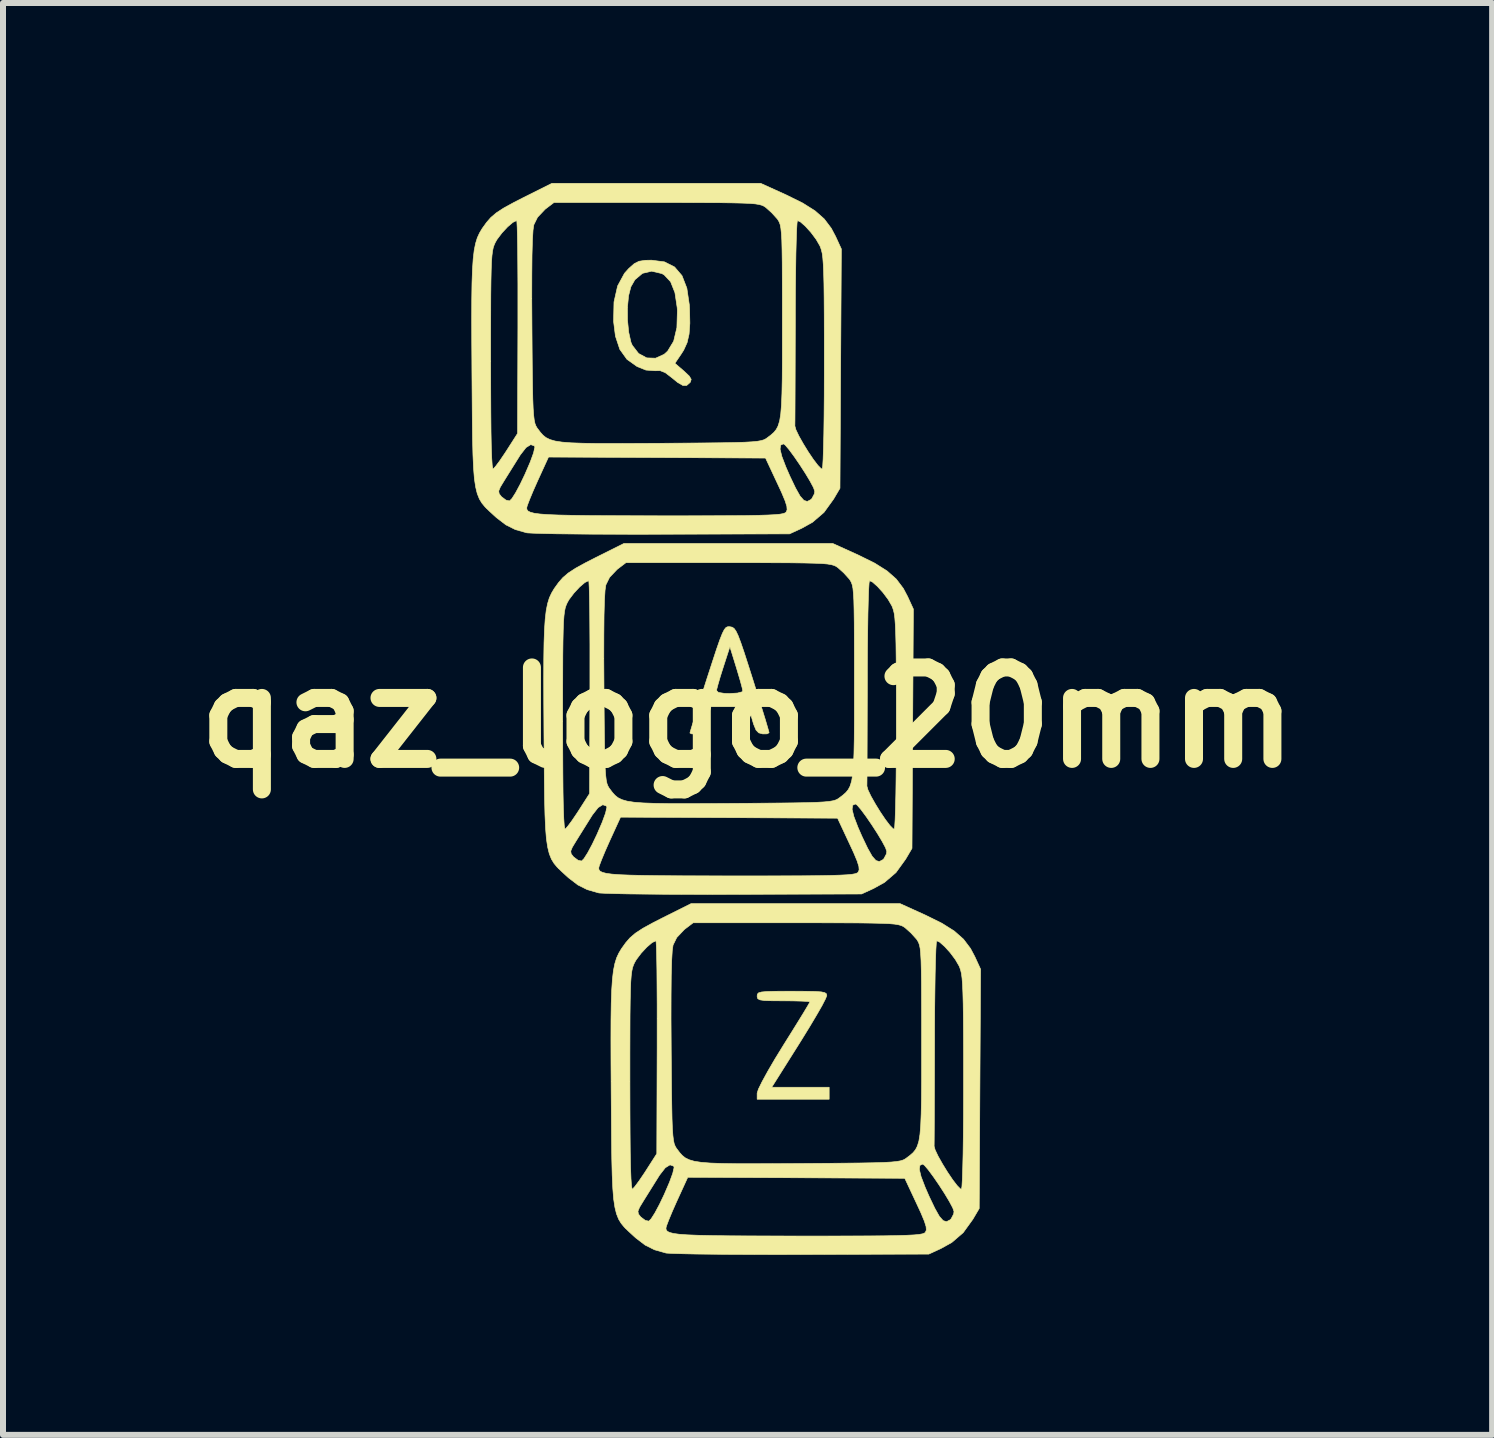
<source format=kicad_pcb>
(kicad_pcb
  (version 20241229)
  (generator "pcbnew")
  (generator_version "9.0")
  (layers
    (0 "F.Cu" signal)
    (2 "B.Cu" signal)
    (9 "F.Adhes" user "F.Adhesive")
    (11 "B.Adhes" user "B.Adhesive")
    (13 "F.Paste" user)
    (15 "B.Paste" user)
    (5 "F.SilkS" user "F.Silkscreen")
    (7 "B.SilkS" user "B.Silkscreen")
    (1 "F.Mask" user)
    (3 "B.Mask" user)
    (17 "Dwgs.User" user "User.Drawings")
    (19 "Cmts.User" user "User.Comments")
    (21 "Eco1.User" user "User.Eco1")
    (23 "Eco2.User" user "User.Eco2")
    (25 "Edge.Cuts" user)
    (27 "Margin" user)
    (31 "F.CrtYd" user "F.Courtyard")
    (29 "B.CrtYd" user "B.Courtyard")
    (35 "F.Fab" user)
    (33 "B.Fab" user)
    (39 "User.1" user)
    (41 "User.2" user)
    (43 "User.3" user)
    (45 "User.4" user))
  (footprint "qaz_logo_20mm"
    (layer "F.Cu")
    (at 9.405 8.905)
    (property "Reference" "qaz_logo_20mm" (at 0 0 0) (layer "F.SilkS") (effects (font (size 1.524 1.524) (thickness 0.3))))
    (attr through_hole)
    (fp_poly (pts (xy 0.967 4.561) (xy 1.126 4.564) (xy 1.228 4.571) (xy 1.287 4.584) (xy 1.314 4.603) (xy 1.32 4.631) (xy 1.32 4.633) (xy 1.299 4.687) (xy 1.242 4.798) (xy 1.153 4.953) (xy 1.04 5.143) (xy 0.909 5.356) (xy 0.861 5.433) (xy 0.403 6.16) (xy 1.36 6.16) (xy 1.36 6.36) (xy 0.16 6.36) (xy 0.16 6.259) (xy 0.181 6.192) (xy 0.242 6.068) (xy 0.336 5.896) (xy 0.458 5.687) (xy 0.6 5.456) (xy 0.732 5.245) (xy 0.848 5.058) (xy 0.942 4.905) (xy 1.007 4.796) (xy 1.038 4.741) (xy 1.04 4.737) (xy 1.003 4.73) (xy 0.902 4.725) (xy 0.753 4.721) (xy 0.6 4.72) (xy 0.407 4.719) (xy 0.281 4.715) (xy 0.207 4.704) (xy 0.171 4.685) (xy 0.161 4.655) (xy 0.16 4.64) (xy 0.164 4.609) (xy 0.184 4.587) (xy 0.233 4.573) (xy 0.321 4.565) (xy 0.462 4.561) (xy 0.668 4.56) (xy 0.74 4.56) (xy 0.967 4.561)) (stroke (width 0.01) (type solid)) (fill yes) (layer "F.SilkS"))
    (fp_poly (pts (xy -0.296 -1.513) (xy -0.29 -1.512) (xy -0.255 -1.505) (xy -0.224 -1.484) (xy -0.193 -1.441) (xy -0.157 -1.366) (xy -0.113 -1.25) (xy -0.056 -1.083) (xy 0.017 -0.857) (xy 0.086 -0.64) (xy 0.164 -0.391) (xy 0.234 -0.167) (xy 0.292 0.02) (xy 0.333 0.159) (xy 0.356 0.239) (xy 0.359 0.253) (xy 0.326 0.272) (xy 0.252 0.273) (xy 0.186 0.255) (xy 0.141 0.208) (xy 0.101 0.111) (xy 0.08 0.04) (xy 0.016 -0.18) (xy -0.61 -0.18) (xy -0.676 0.04) (xy -0.72 0.168) (xy -0.761 0.237) (xy -0.816 0.267) (xy -0.851 0.273) (xy -0.93 0.273) (xy -0.96 0.258) (xy -0.948 0.214) (xy -0.915 0.105) (xy -0.864 -0.058) (xy -0.799 -0.264) (xy -0.74 -0.45) (xy -0.517 -0.45) (xy -0.485 -0.418) (xy -0.383 -0.402) (xy -0.3 -0.4) (xy -0.167 -0.408) (xy -0.092 -0.428) (xy -0.08 -0.444) (xy -0.091 -0.5) (xy -0.121 -0.612) (xy -0.165 -0.761) (xy -0.187 -0.834) (xy -0.294 -1.18) (xy -0.404 -0.84) (xy -0.454 -0.682) (xy -0.492 -0.551) (xy -0.514 -0.467) (xy -0.517 -0.45) (xy -0.74 -0.45) (xy -0.723 -0.503) (xy -0.677 -0.647) (xy -0.586 -0.927) (xy -0.516 -1.14) (xy -0.462 -1.295) (xy -0.42 -1.401) (xy -0.387 -1.466) (xy -0.358 -1.501) (xy -0.329 -1.513) (xy -0.296 -1.513)) (stroke (width 0.01) (type solid)) (fill yes) (layer "F.SilkS"))
    (fp_poly (pts (xy -1.384 -7.592) (xy -1.216 -7.507) (xy -1.092 -7.362) (xy -1.011 -7.153) (xy -0.97 -6.876) (xy -0.966 -6.808) (xy -0.961 -6.57) (xy -0.974 -6.389) (xy -1.007 -6.246) (xy -1.064 -6.121) (xy -1.106 -6.055) (xy -1.21 -5.902) (xy -1.059 -5.772) (xy -0.971 -5.689) (xy -0.939 -5.635) (xy -0.952 -5.59) (xy -0.959 -5.581) (xy -1.014 -5.533) (xy -1.076 -5.532) (xy -1.162 -5.581) (xy -1.26 -5.661) (xy -1.371 -5.746) (xy -1.457 -5.78) (xy -1.54 -5.778) (xy -1.693 -5.789) (xy -1.84 -5.848) (xy -2.009 -5.968) (xy -2.128 -6.134) (xy -2.201 -6.354) (xy -2.232 -6.601) (xy -2.227 -6.834) (xy -2.001 -6.834) (xy -2 -6.621) (xy -1.98 -6.419) (xy -1.943 -6.254) (xy -1.921 -6.202) (xy -1.815 -6.065) (xy -1.679 -5.992) (xy -1.532 -5.987) (xy -1.389 -6.052) (xy -1.331 -6.105) (xy -1.231 -6.27) (xy -1.177 -6.497) (xy -1.169 -6.779) (xy -1.172 -6.828) (xy -1.21 -7.08) (xy -1.282 -7.261) (xy -1.389 -7.375) (xy -1.428 -7.397) (xy -1.598 -7.437) (xy -1.75 -7.401) (xy -1.876 -7.295) (xy -1.944 -7.176) (xy -1.982 -7.028) (xy -2.001 -6.834) (xy -2.227 -6.834) (xy -2.225 -6.924) (xy -2.165 -7.19) (xy -2.05 -7.402) (xy -1.979 -7.481) (xy -1.889 -7.561) (xy -1.808 -7.602) (xy -1.703 -7.618) (xy -1.601 -7.62) (xy -1.384 -7.592)) (stroke (width 0.01) (type solid)) (fill yes) (layer "F.SilkS"))
    (fp_poly (pts (xy 0.648 -8.706) (xy 0.919 -8.572) (xy 1.124 -8.443) (xy 1.278 -8.307) (xy 1.395 -8.152) (xy 1.467 -8.016) (xy 1.563 -7.807) (xy 1.551 -5.813) (xy 1.54 -3.82) (xy 1.434 -3.64) (xy 1.273 -3.417) (xy 1.082 -3.253) (xy 0.9 -3.152) (xy 0.7 -3.06) (xy -1.42 -3.054) (xy -1.829 -3.053) (xy -2.217 -3.054) (xy -2.577 -3.055) (xy -2.899 -3.058) (xy -3.177 -3.061) (xy -3.403 -3.066) (xy -3.567 -3.071) (xy -3.663 -3.076) (xy -3.68 -3.078) (xy -3.87 -3.132) (xy -4.026 -3.21) (xy -4.183 -3.33) (xy -4.226 -3.369) (xy -4.304 -3.441) (xy -4.356 -3.492) (xy -3.68 -3.492) (xy -3.675 -3.464) (xy -3.657 -3.44) (xy -3.619 -3.421) (xy -3.555 -3.404) (xy -3.459 -3.391) (xy -3.325 -3.381) (xy -3.147 -3.374) (xy -2.918 -3.369) (xy -2.633 -3.365) (xy -2.285 -3.363) (xy -1.868 -3.362) (xy -1.475 -3.361) (xy -1.01 -3.361) (xy -0.619 -3.362) (xy -0.295 -3.363) (xy -0.032 -3.365) (xy 0.176 -3.369) (xy 0.337 -3.374) (xy 0.456 -3.38) (xy 0.54 -3.388) (xy 0.595 -3.398) (xy 0.627 -3.41) (xy 0.642 -3.422) (xy 0.659 -3.46) (xy 0.655 -3.518) (xy 0.626 -3.61) (xy 0.568 -3.749) (xy 0.496 -3.904) (xy 0.3 -4.323) (xy -1.508 -4.332) (xy -3.316 -4.34) (xy -3.499 -3.94) (xy -3.573 -3.773) (xy -3.632 -3.631) (xy -3.67 -3.531) (xy -3.68 -3.492) (xy -4.356 -3.492) (xy -4.37 -3.505) (xy -4.424 -3.57) (xy -4.468 -3.642) (xy -4.503 -3.73) (xy -4.514 -3.774) (xy -4.146 -3.774) (xy -4.138 -3.728) (xy -4.099 -3.678) (xy -4.099 -3.678) (xy -4.024 -3.622) (xy -3.965 -3.609) (xy -3.926 -3.648) (xy -3.864 -3.745) (xy -3.788 -3.887) (xy -3.708 -4.054) (xy -3.621 -4.256) (xy -3.566 -4.407) (xy -3.551 -4.472) (xy 0.542 -4.472) (xy 0.571 -4.352) (xy 0.639 -4.174) (xy 0.705 -4.023) (xy 0.801 -3.822) (xy 0.876 -3.689) (xy 0.939 -3.618) (xy 0.995 -3.6) (xy 1.053 -3.63) (xy 1.072 -3.648) (xy 1.114 -3.728) (xy 1.12 -3.77) (xy 1.099 -3.831) (xy 1.043 -3.936) (xy 0.964 -4.068) (xy 0.871 -4.212) (xy 0.777 -4.349) (xy 0.692 -4.464) (xy 0.628 -4.539) (xy 0.598 -4.56) (xy 0.552 -4.539) (xy 0.542 -4.472) (xy -3.551 -4.472) (xy -3.544 -4.5) (xy -3.549 -4.525) (xy -3.612 -4.547) (xy -3.69 -4.499) (xy -3.786 -4.376) (xy -3.816 -4.328) (xy -3.911 -4.176) (xy -4.014 -4.011) (xy -4.052 -3.95) (xy -4.119 -3.84) (xy -4.146 -3.774) (xy -4.514 -3.774) (xy -4.53 -3.84) (xy -4.551 -3.979) (xy -4.565 -4.156) (xy -4.575 -4.377) (xy -4.582 -4.65) (xy -4.586 -4.982) (xy -4.589 -5.38) (xy -4.592 -5.773) (xy -4.593 -5.967) (xy -4.28 -5.967) (xy -4.28 -5.939) (xy -4.279 -5.467) (xy -4.277 -5.072) (xy -4.274 -4.751) (xy -4.269 -4.501) (xy -4.262 -4.319) (xy -4.254 -4.202) (xy -4.244 -4.147) (xy -4.237 -4.142) (xy -4.197 -4.186) (xy -4.127 -4.28) (xy -4.041 -4.407) (xy -4.013 -4.45) (xy -3.832 -4.733) (xy -3.826 -6.506) (xy -3.826 -6.874) (xy -3.826 -6.981) (xy -3.595 -6.981) (xy -3.592 -6.498) (xy -3.592 -6.493) (xy -3.589 -6.097) (xy -3.586 -5.773) (xy -3.582 -5.514) (xy -3.578 -5.31) (xy -3.572 -5.155) (xy -3.564 -5.04) (xy -3.554 -4.958) (xy -3.542 -4.9) (xy -3.526 -4.859) (xy -3.507 -4.826) (xy -3.497 -4.813) (xy -3.452 -4.753) (xy -3.408 -4.704) (xy -3.358 -4.664) (xy -3.293 -4.632) (xy -3.207 -4.607) (xy -3.091 -4.589) (xy -2.939 -4.577) (xy -2.743 -4.57) (xy -2.496 -4.566) (xy -2.189 -4.566) (xy -1.816 -4.567) (xy -1.46 -4.569) (xy -1.049 -4.572) (xy -0.71 -4.575) (xy -0.436 -4.578) (xy -0.219 -4.582) (xy -0.051 -4.587) (xy 0.074 -4.594) (xy 0.165 -4.603) (xy 0.228 -4.614) (xy 0.273 -4.628) (xy 0.306 -4.645) (xy 0.327 -4.66) (xy 0.388 -4.706) (xy 0.438 -4.75) (xy 0.478 -4.799) (xy 0.51 -4.86) (xy 0.788 -4.86) (xy 0.806 -4.795) (xy 0.856 -4.69) (xy 0.929 -4.561) (xy 1.012 -4.426) (xy 1.097 -4.3) (xy 1.172 -4.202) (xy 1.226 -4.147) (xy 1.244 -4.142) (xy 1.252 -4.186) (xy 1.259 -4.303) (xy 1.265 -4.485) (xy 1.271 -4.726) (xy 1.275 -5.018) (xy 1.278 -5.354) (xy 1.279 -5.728) (xy 1.279 -5.932) (xy 1.279 -6.358) (xy 1.278 -6.711) (xy 1.276 -6.999) (xy 1.273 -7.231) (xy 1.268 -7.412) (xy 1.262 -7.551) (xy 1.254 -7.656) (xy 1.244 -7.734) (xy 1.23 -7.792) (xy 1.214 -7.839) (xy 1.205 -7.86) (xy 1.143 -7.967) (xy 1.057 -8.082) (xy 0.964 -8.185) (xy 0.881 -8.258) (xy 0.832 -8.28) (xy 0.825 -8.241) (xy 0.818 -8.131) (xy 0.812 -7.957) (xy 0.806 -7.728) (xy 0.802 -7.453) (xy 0.798 -7.138) (xy 0.796 -6.794) (xy 0.796 -6.61) (xy 0.795 -6.25) (xy 0.794 -5.912) (xy 0.793 -5.606) (xy 0.792 -5.341) (xy 0.791 -5.125) (xy 0.79 -4.967) (xy 0.789 -4.877) (xy 0.788 -4.86) (xy 0.51 -4.86) (xy 0.51 -4.861) (xy 0.535 -4.944) (xy 0.553 -5.056) (xy 0.565 -5.204) (xy 0.573 -5.396) (xy 0.578 -5.64) (xy 0.58 -5.944) (xy 0.58 -6.315) (xy 0.58 -6.587) (xy 0.58 -6.988) (xy 0.579 -7.317) (xy 0.578 -7.582) (xy 0.575 -7.789) (xy 0.571 -7.949) (xy 0.564 -8.067) (xy 0.555 -8.152) (xy 0.544 -8.211) (xy 0.529 -8.253) (xy 0.511 -8.285) (xy 0.498 -8.305) (xy 0.402 -8.411) (xy 0.305 -8.498) (xy 0.276 -8.518) (xy 0.242 -8.534) (xy 0.196 -8.547) (xy 0.131 -8.558) (xy 0.038 -8.566) (xy -0.09 -8.571) (xy -0.259 -8.575) (xy -0.479 -8.578) (xy -0.755 -8.579) (xy -1.097 -8.58) (xy -1.511 -8.58) (xy -3.226 -8.58) (xy -3.372 -8.469) (xy -3.499 -8.335) (xy -3.561 -8.209) (xy -3.574 -8.12) (xy -3.584 -7.953) (xy -3.591 -7.708) (xy -3.594 -7.384) (xy -3.595 -6.981) (xy -3.826 -6.981) (xy -3.826 -7.217) (xy -3.828 -7.525) (xy -3.83 -7.791) (xy -3.834 -8.008) (xy -3.838 -8.166) (xy -3.843 -8.259) (xy -3.847 -8.28) (xy -3.91 -8.25) (xy -3.998 -8.175) (xy -4.092 -8.074) (xy -4.173 -7.967) (xy -4.202 -7.917) (xy -4.22 -7.877) (xy -4.236 -7.832) (xy -4.248 -7.775) (xy -4.258 -7.697) (xy -4.266 -7.592) (xy -4.271 -7.452) (xy -4.275 -7.27) (xy -4.278 -7.037) (xy -4.279 -6.748) (xy -4.28 -6.394) (xy -4.28 -5.967) (xy -4.593 -5.967) (xy -4.595 -6.242) (xy -4.596 -6.638) (xy -4.595 -6.968) (xy -4.591 -7.241) (xy -4.583 -7.463) (xy -4.571 -7.642) (xy -4.554 -7.786) (xy -4.531 -7.9) (xy -4.502 -7.994) (xy -4.465 -8.074) (xy -4.421 -8.148) (xy -4.367 -8.223) (xy -4.35 -8.247) (xy -4.278 -8.33) (xy -4.188 -8.407) (xy -4.064 -8.488) (xy -3.891 -8.583) (xy -3.74 -8.66) (xy -3.26 -8.9) (xy 0.22 -8.9) (xy 0.648 -8.706)) (stroke (width 0.01) (type solid)) (fill yes) (layer "F.SilkS"))
    (fp_poly (pts (xy 1.848 -2.706) (xy 2.119 -2.572) (xy 2.324 -2.443) (xy 2.478 -2.307) (xy 2.595 -2.152) (xy 2.667 -2.016) (xy 2.763 -1.807) (xy 2.751 0.187) (xy 2.74 2.18) (xy 2.634 2.36) (xy 2.473 2.583) (xy 2.282 2.747) (xy 2.1 2.848) (xy 1.9 2.94) (xy -0.22 2.946) (xy -0.629 2.947) (xy -1.017 2.946) (xy -1.377 2.945) (xy -1.699 2.942) (xy -1.977 2.939) (xy -2.203 2.934) (xy -2.367 2.929) (xy -2.463 2.924) (xy -2.48 2.922) (xy -2.67 2.868) (xy -2.826 2.79) (xy -2.983 2.67) (xy -3.026 2.631) (xy -3.104 2.559) (xy -3.156 2.508) (xy -2.48 2.508) (xy -2.475 2.536) (xy -2.457 2.56) (xy -2.419 2.579) (xy -2.355 2.596) (xy -2.259 2.609) (xy -2.125 2.619) (xy -1.947 2.626) (xy -1.718 2.631) (xy -1.433 2.635) (xy -1.085 2.637) (xy -0.668 2.638) (xy -0.275 2.639) (xy 0.19 2.639) (xy 0.581 2.638) (xy 0.905 2.637) (xy 1.168 2.635) (xy 1.376 2.631) (xy 1.537 2.626) (xy 1.656 2.62) (xy 1.74 2.612) (xy 1.795 2.602) (xy 1.827 2.59) (xy 1.842 2.578) (xy 1.859 2.54) (xy 1.855 2.482) (xy 1.826 2.39) (xy 1.768 2.251) (xy 1.696 2.096) (xy 1.5 1.677) (xy -0.308 1.668) (xy -2.116 1.66) (xy -2.299 2.06) (xy -2.373 2.227) (xy -2.432 2.369) (xy -2.47 2.469) (xy -2.48 2.508) (xy -3.156 2.508) (xy -3.17 2.495) (xy -3.224 2.43) (xy -3.268 2.358) (xy -3.303 2.27) (xy -3.314 2.226) (xy -2.946 2.226) (xy -2.938 2.272) (xy -2.899 2.322) (xy -2.899 2.322) (xy -2.824 2.378) (xy -2.765 2.391) (xy -2.726 2.352) (xy -2.664 2.255) (xy -2.588 2.113) (xy -2.508 1.946) (xy -2.421 1.744) (xy -2.366 1.593) (xy -2.351 1.528) (xy 1.742 1.528) (xy 1.771 1.648) (xy 1.839 1.826) (xy 1.905 1.977) (xy 2.001 2.178) (xy 2.076 2.311) (xy 2.139 2.382) (xy 2.195 2.4) (xy 2.253 2.37) (xy 2.272 2.352) (xy 2.314 2.272) (xy 2.32 2.23) (xy 2.299 2.169) (xy 2.243 2.064) (xy 2.164 1.932) (xy 2.071 1.788) (xy 1.977 1.651) (xy 1.892 1.536) (xy 1.828 1.461) (xy 1.798 1.44) (xy 1.752 1.461) (xy 1.742 1.528) (xy -2.351 1.528) (xy -2.344 1.5) (xy -2.349 1.475) (xy -2.412 1.453) (xy -2.49 1.501) (xy -2.586 1.624) (xy -2.616 1.672) (xy -2.711 1.824) (xy -2.814 1.989) (xy -2.852 2.05) (xy -2.919 2.16) (xy -2.946 2.226) (xy -3.314 2.226) (xy -3.33 2.16) (xy -3.351 2.021) (xy -3.365 1.844) (xy -3.375 1.623) (xy -3.382 1.35) (xy -3.386 1.018) (xy -3.389 0.62) (xy -3.392 0.227) (xy -3.393 0.033) (xy -3.08 0.033) (xy -3.08 0.061) (xy -3.079 0.533) (xy -3.077 0.928) (xy -3.074 1.249) (xy -3.069 1.499) (xy -3.062 1.681) (xy -3.054 1.798) (xy -3.044 1.853) (xy -3.037 1.858) (xy -2.997 1.814) (xy -2.927 1.72) (xy -2.841 1.593) (xy -2.813 1.55) (xy -2.632 1.267) (xy -2.626 -0.506) (xy -2.626 -0.874) (xy -2.626 -0.981) (xy -2.395 -0.981) (xy -2.392 -0.498) (xy -2.392 -0.493) (xy -2.389 -0.097) (xy -2.386 0.227) (xy -2.382 0.486) (xy -2.378 0.69) (xy -2.372 0.845) (xy -2.364 0.96) (xy -2.354 1.042) (xy -2.342 1.1) (xy -2.326 1.141) (xy -2.307 1.174) (xy -2.297 1.187) (xy -2.252 1.247) (xy -2.208 1.296) (xy -2.158 1.336) (xy -2.093 1.368) (xy -2.007 1.393) (xy -1.891 1.411) (xy -1.739 1.423) (xy -1.543 1.43) (xy -1.296 1.434) (xy -0.989 1.434) (xy -0.616 1.433) (xy -0.26 1.431) (xy 0.151 1.428) (xy 0.49 1.425) (xy 0.764 1.422) (xy 0.981 1.418) (xy 1.149 1.413) (xy 1.274 1.406) (xy 1.365 1.397) (xy 1.428 1.386) (xy 1.473 1.372) (xy 1.506 1.355) (xy 1.527 1.34) (xy 1.588 1.294) (xy 1.638 1.25) (xy 1.678 1.201) (xy 1.71 1.14) (xy 1.988 1.14) (xy 2.006 1.205) (xy 2.056 1.31) (xy 2.129 1.439) (xy 2.212 1.574) (xy 2.297 1.7) (xy 2.372 1.798) (xy 2.426 1.853) (xy 2.444 1.858) (xy 2.452 1.814) (xy 2.459 1.697) (xy 2.465 1.515) (xy 2.471 1.274) (xy 2.475 0.982) (xy 2.478 0.646) (xy 2.479 0.272) (xy 2.479 0.068) (xy 2.479 -0.358) (xy 2.478 -0.711) (xy 2.476 -0.999) (xy 2.473 -1.231) (xy 2.468 -1.412) (xy 2.462 -1.551) (xy 2.454 -1.656) (xy 2.444 -1.734) (xy 2.43 -1.792) (xy 2.414 -1.839) (xy 2.405 -1.86) (xy 2.343 -1.967) (xy 2.257 -2.082) (xy 2.164 -2.185) (xy 2.081 -2.258) (xy 2.032 -2.28) (xy 2.025 -2.241) (xy 2.018 -2.131) (xy 2.012 -1.957) (xy 2.006 -1.728) (xy 2.002 -1.453) (xy 1.998 -1.138) (xy 1.996 -0.794) (xy 1.996 -0.61) (xy 1.995 -0.25) (xy 1.994 0.088) (xy 1.993 0.394) (xy 1.992 0.659) (xy 1.991 0.875) (xy 1.99 1.033) (xy 1.989 1.123) (xy 1.988 1.14) (xy 1.71 1.14) (xy 1.71 1.139) (xy 1.735 1.056) (xy 1.753 0.944) (xy 1.765 0.796) (xy 1.773 0.604) (xy 1.778 0.36) (xy 1.78 0.056) (xy 1.78 -0.315) (xy 1.78 -0.587) (xy 1.78 -0.988) (xy 1.779 -1.317) (xy 1.778 -1.582) (xy 1.775 -1.789) (xy 1.771 -1.949) (xy 1.764 -2.067) (xy 1.756 -2.152) (xy 1.744 -2.211) (xy 1.729 -2.253) (xy 1.711 -2.285) (xy 1.698 -2.305) (xy 1.602 -2.411) (xy 1.505 -2.498) (xy 1.476 -2.518) (xy 1.442 -2.534) (xy 1.396 -2.547) (xy 1.331 -2.558) (xy 1.238 -2.566) (xy 1.11 -2.571) (xy 0.941 -2.575) (xy 0.721 -2.578) (xy 0.445 -2.579) (xy 0.103 -2.58) (xy -0.311 -2.58) (xy -2.026 -2.58) (xy -2.172 -2.469) (xy -2.299 -2.335) (xy -2.361 -2.209) (xy -2.374 -2.12) (xy -2.384 -1.953) (xy -2.391 -1.708) (xy -2.394 -1.384) (xy -2.395 -0.981) (xy -2.626 -0.981) (xy -2.626 -1.217) (xy -2.628 -1.525) (xy -2.63 -1.791) (xy -2.634 -2.008) (xy -2.638 -2.166) (xy -2.643 -2.259) (xy -2.647 -2.28) (xy -2.71 -2.25) (xy -2.798 -2.175) (xy -2.892 -2.074) (xy -2.973 -1.967) (xy -3.002 -1.917) (xy -3.02 -1.877) (xy -3.036 -1.832) (xy -3.048 -1.775) (xy -3.058 -1.697) (xy -3.066 -1.592) (xy -3.071 -1.452) (xy -3.075 -1.27) (xy -3.078 -1.037) (xy -3.079 -0.748) (xy -3.08 -0.394) (xy -3.08 0.033) (xy -3.393 0.033) (xy -3.395 -0.242) (xy -3.396 -0.638) (xy -3.395 -0.968) (xy -3.391 -1.241) (xy -3.383 -1.463) (xy -3.371 -1.642) (xy -3.354 -1.786) (xy -3.331 -1.9) (xy -3.302 -1.994) (xy -3.265 -2.074) (xy -3.221 -2.148) (xy -3.167 -2.223) (xy -3.15 -2.247) (xy -3.078 -2.33) (xy -2.988 -2.407) (xy -2.864 -2.488) (xy -2.691 -2.583) (xy -2.54 -2.66) (xy -2.06 -2.9) (xy 1.42 -2.9) (xy 1.848 -2.706)) (stroke (width 0.01) (type solid)) (fill yes) (layer "F.SilkS"))
    (fp_poly (pts (xy 2.968 3.294) (xy 3.239 3.428) (xy 3.444 3.557) (xy 3.598 3.693) (xy 3.715 3.848) (xy 3.787 3.984) (xy 3.883 4.193) (xy 3.871 6.187) (xy 3.86 8.18) (xy 3.754 8.36) (xy 3.593 8.583) (xy 3.402 8.747) (xy 3.22 8.848) (xy 3.02 8.94) (xy 0.9 8.946) (xy 0.491 8.947) (xy 0.103 8.946) (xy -0.257 8.945) (xy -0.579 8.942) (xy -0.857 8.939) (xy -1.083 8.934) (xy -1.247 8.929) (xy -1.343 8.924) (xy -1.36 8.922) (xy -1.55 8.868) (xy -1.706 8.79) (xy -1.863 8.67) (xy -1.906 8.631) (xy -1.984 8.559) (xy -2.036 8.508) (xy -1.36 8.508) (xy -1.355 8.536) (xy -1.337 8.56) (xy -1.299 8.579) (xy -1.235 8.596) (xy -1.139 8.609) (xy -1.005 8.619) (xy -0.827 8.626) (xy -0.598 8.631) (xy -0.313 8.635) (xy 0.035 8.637) (xy 0.452 8.638) (xy 0.845 8.639) (xy 1.31 8.639) (xy 1.701 8.638) (xy 2.025 8.637) (xy 2.288 8.635) (xy 2.496 8.631) (xy 2.657 8.626) (xy 2.776 8.62) (xy 2.86 8.612) (xy 2.915 8.602) (xy 2.947 8.59) (xy 2.962 8.578) (xy 2.979 8.54) (xy 2.975 8.482) (xy 2.946 8.39) (xy 2.888 8.251) (xy 2.816 8.096) (xy 2.62 7.677) (xy 0.812 7.668) (xy -0.996 7.66) (xy -1.179 8.06) (xy -1.253 8.227) (xy -1.312 8.369) (xy -1.35 8.469) (xy -1.36 8.508) (xy -2.036 8.508) (xy -2.05 8.495) (xy -2.104 8.43) (xy -2.148 8.358) (xy -2.183 8.27) (xy -2.194 8.226) (xy -1.826 8.226) (xy -1.818 8.272) (xy -1.779 8.322) (xy -1.779 8.322) (xy -1.704 8.378) (xy -1.645 8.391) (xy -1.606 8.352) (xy -1.544 8.255) (xy -1.468 8.113) (xy -1.388 7.946) (xy -1.301 7.744) (xy -1.246 7.593) (xy -1.231 7.528) (xy 2.862 7.528) (xy 2.891 7.648) (xy 2.959 7.826) (xy 3.025 7.977) (xy 3.121 8.178) (xy 3.196 8.311) (xy 3.259 8.382) (xy 3.315 8.4) (xy 3.373 8.37) (xy 3.392 8.352) (xy 3.434 8.272) (xy 3.44 8.23) (xy 3.419 8.169) (xy 3.363 8.064) (xy 3.284 7.932) (xy 3.191 7.788) (xy 3.097 7.651) (xy 3.012 7.536) (xy 2.948 7.461) (xy 2.918 7.44) (xy 2.872 7.461) (xy 2.862 7.528) (xy -1.231 7.528) (xy -1.224 7.5) (xy -1.229 7.475) (xy -1.292 7.453) (xy -1.37 7.501) (xy -1.466 7.624) (xy -1.496 7.672) (xy -1.591 7.824) (xy -1.694 7.989) (xy -1.732 8.05) (xy -1.799 8.16) (xy -1.826 8.226) (xy -2.194 8.226) (xy -2.21 8.16) (xy -2.231 8.021) (xy -2.245 7.844) (xy -2.255 7.623) (xy -2.262 7.35) (xy -2.266 7.018) (xy -2.269 6.62) (xy -2.272 6.227) (xy -2.273 6.033) (xy -1.96 6.033) (xy -1.96 6.061) (xy -1.959 6.533) (xy -1.957 6.928) (xy -1.954 7.249) (xy -1.949 7.499) (xy -1.942 7.681) (xy -1.934 7.798) (xy -1.924 7.853) (xy -1.917 7.858) (xy -1.877 7.814) (xy -1.807 7.72) (xy -1.721 7.593) (xy -1.693 7.55) (xy -1.512 7.267) (xy -1.506 5.494) (xy -1.506 5.126) (xy -1.506 5.019) (xy -1.275 5.019) (xy -1.272 5.502) (xy -1.272 5.507) (xy -1.269 5.903) (xy -1.266 6.227) (xy -1.262 6.486) (xy -1.258 6.69) (xy -1.252 6.845) (xy -1.244 6.96) (xy -1.234 7.042) (xy -1.222 7.1) (xy -1.206 7.141) (xy -1.187 7.174) (xy -1.177 7.187) (xy -1.132 7.247) (xy -1.088 7.296) (xy -1.038 7.336) (xy -0.973 7.368) (xy -0.887 7.393) (xy -0.771 7.411) (xy -0.619 7.423) (xy -0.423 7.43) (xy -0.176 7.434) (xy 0.131 7.434) (xy 0.504 7.433) (xy 0.86 7.431) (xy 1.271 7.428) (xy 1.61 7.425) (xy 1.884 7.422) (xy 2.101 7.418) (xy 2.269 7.413) (xy 2.394 7.406) (xy 2.485 7.397) (xy 2.548 7.386) (xy 2.593 7.372) (xy 2.626 7.355) (xy 2.647 7.34) (xy 2.708 7.294) (xy 2.758 7.25) (xy 2.798 7.201) (xy 2.83 7.14) (xy 3.108 7.14) (xy 3.126 7.205) (xy 3.176 7.31) (xy 3.249 7.439) (xy 3.332 7.574) (xy 3.417 7.7) (xy 3.492 7.798) (xy 3.546 7.853) (xy 3.564 7.858) (xy 3.572 7.814) (xy 3.579 7.697) (xy 3.585 7.515) (xy 3.591 7.274) (xy 3.595 6.982) (xy 3.598 6.646) (xy 3.599 6.272) (xy 3.599 6.068) (xy 3.599 5.642) (xy 3.598 5.289) (xy 3.596 5.001) (xy 3.593 4.769) (xy 3.588 4.588) (xy 3.582 4.449) (xy 3.574 4.344) (xy 3.564 4.266) (xy 3.55 4.208) (xy 3.534 4.161) (xy 3.525 4.14) (xy 3.463 4.033) (xy 3.377 3.918) (xy 3.284 3.815) (xy 3.201 3.742) (xy 3.152 3.72) (xy 3.145 3.759) (xy 3.138 3.869) (xy 3.132 4.043) (xy 3.126 4.272) (xy 3.122 4.547) (xy 3.118 4.862) (xy 3.116 5.206) (xy 3.116 5.39) (xy 3.115 5.75) (xy 3.114 6.088) (xy 3.113 6.394) (xy 3.112 6.659) (xy 3.111 6.875) (xy 3.11 7.033) (xy 3.109 7.123) (xy 3.108 7.14) (xy 2.83 7.14) (xy 2.83 7.139) (xy 2.855 7.056) (xy 2.873 6.944) (xy 2.885 6.796) (xy 2.893 6.604) (xy 2.898 6.36) (xy 2.9 6.056) (xy 2.9 5.685) (xy 2.9 5.413) (xy 2.9 5.012) (xy 2.899 4.683) (xy 2.898 4.418) (xy 2.895 4.211) (xy 2.891 4.051) (xy 2.884 3.933) (xy 2.876 3.848) (xy 2.864 3.789) (xy 2.849 3.747) (xy 2.831 3.715) (xy 2.818 3.695) (xy 2.722 3.589) (xy 2.625 3.502) (xy 2.596 3.482) (xy 2.562 3.466) (xy 2.516 3.453) (xy 2.451 3.442) (xy 2.358 3.434) (xy 2.23 3.429) (xy 2.061 3.425) (xy 1.841 3.422) (xy 1.565 3.421) (xy 1.223 3.42) (xy 0.809 3.42) (xy -0.906 3.42) (xy -1.052 3.531) (xy -1.179 3.665) (xy -1.241 3.791) (xy -1.254 3.88) (xy -1.264 4.047) (xy -1.271 4.292) (xy -1.274 4.616) (xy -1.275 5.019) (xy -1.506 5.019) (xy -1.506 4.783) (xy -1.508 4.475) (xy -1.51 4.209) (xy -1.514 3.992) (xy -1.518 3.834) (xy -1.523 3.741) (xy -1.527 3.72) (xy -1.59 3.75) (xy -1.678 3.825) (xy -1.772 3.926) (xy -1.853 4.033) (xy -1.882 4.083) (xy -1.9 4.123) (xy -1.916 4.168) (xy -1.928 4.225) (xy -1.938 4.303) (xy -1.946 4.408) (xy -1.951 4.548) (xy -1.955 4.73) (xy -1.958 4.963) (xy -1.959 5.252) (xy -1.96 5.606) (xy -1.96 6.033) (xy -2.273 6.033) (xy -2.275 5.758) (xy -2.276 5.362) (xy -2.275 5.032) (xy -2.271 4.759) (xy -2.263 4.537) (xy -2.251 4.358) (xy -2.234 4.214) (xy -2.211 4.1) (xy -2.182 4.006) (xy -2.145 3.926) (xy -2.101 3.852) (xy -2.047 3.777) (xy -2.03 3.753) (xy -1.958 3.67) (xy -1.868 3.593) (xy -1.744 3.512) (xy -1.571 3.417) (xy -1.42 3.34) (xy -0.94 3.1) (xy 2.54 3.1) (xy 2.968 3.294)) (stroke (width 0.01) (type solid)) (fill yes) (layer "F.SilkS")))
  (gr_rect
    (start -3 -3)
    (end 21.811 20.857)
    (stroke (width 0.1) (type default))
    (fill no)
    (layer "Edge.Cuts")))
</source>
